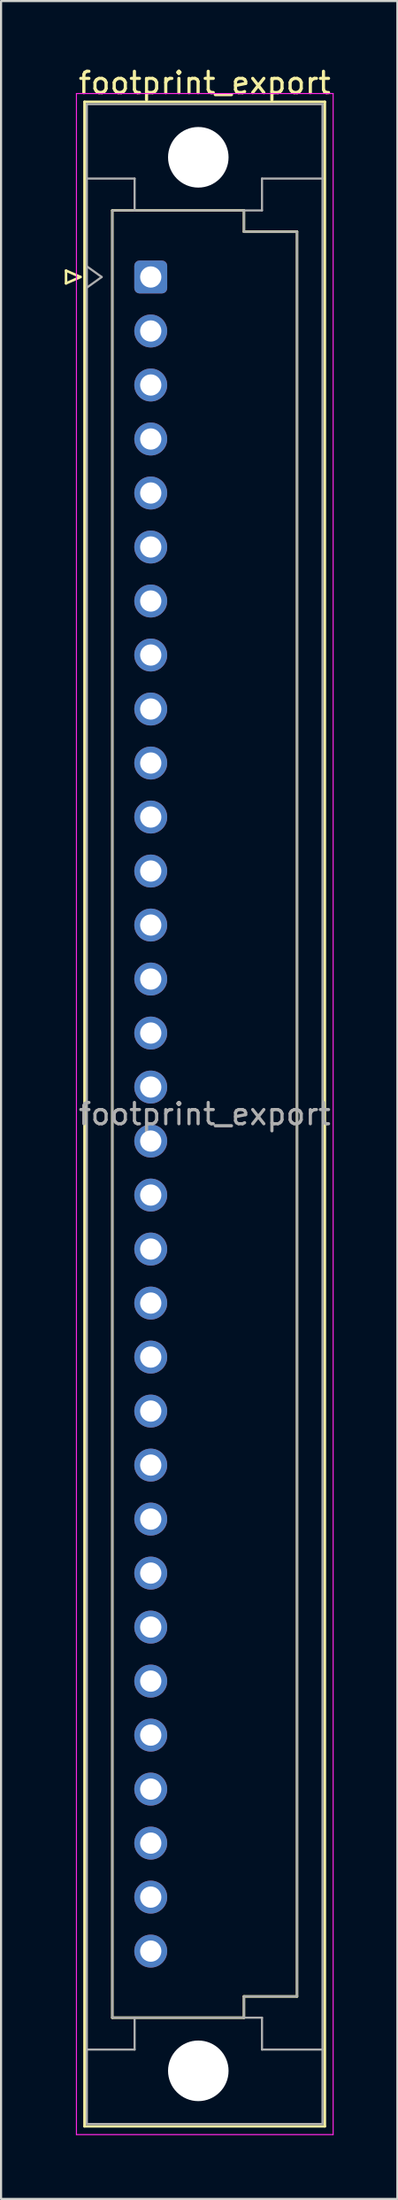
<source format=kicad_pcb>
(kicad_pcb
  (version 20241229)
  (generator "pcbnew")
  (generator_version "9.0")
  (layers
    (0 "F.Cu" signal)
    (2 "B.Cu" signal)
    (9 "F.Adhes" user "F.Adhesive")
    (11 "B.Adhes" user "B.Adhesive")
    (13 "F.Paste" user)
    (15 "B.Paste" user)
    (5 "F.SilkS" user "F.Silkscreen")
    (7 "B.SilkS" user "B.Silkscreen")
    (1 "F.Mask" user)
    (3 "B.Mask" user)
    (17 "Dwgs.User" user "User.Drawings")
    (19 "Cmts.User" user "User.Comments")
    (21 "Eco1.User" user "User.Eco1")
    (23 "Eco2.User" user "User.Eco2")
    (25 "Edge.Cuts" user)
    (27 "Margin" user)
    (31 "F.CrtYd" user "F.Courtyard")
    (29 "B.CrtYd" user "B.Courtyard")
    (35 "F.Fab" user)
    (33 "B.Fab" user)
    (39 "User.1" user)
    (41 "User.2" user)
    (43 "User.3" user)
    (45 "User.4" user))
  (footprint "footprint_export"
    (layer "F.Cu")
    (at 4.05 9.978)
    (property "Reference" "footprint_export" (at 2.54 -9.13 0) (layer "F.SilkS") (effects (font (size 1 1) (thickness 0.15))))
    (attr through_hole)
    (fp_line (start -3.99 -0.3) (end -3.99 0.3) (stroke (width 0.12) (type solid)) (layer "F.SilkS"))
    (fp_line (start -3.99 0.3) (end -3.31 0) (stroke (width 0.12) (type solid)) (layer "F.SilkS"))
    (fp_line (start -3.31 0) (end -3.99 -0.3) (stroke (width 0.12) (type solid)) (layer "F.SilkS"))
    (fp_line (start -3.12 -8.24) (end 8.2 -8.24) (stroke (width 0.12) (type solid)) (layer "F.SilkS"))
    (fp_line (start -3.12 86.98) (end -3.12 -8.24) (stroke (width 0.12) (type solid)) (layer "F.SilkS"))
    (fp_line (start -1.81 -3.131) (end 4.39 -3.131) (stroke (width 0.12) (type solid)) (layer "F.SilkS"))
    (fp_line (start -1.81 81.87) (end -1.81 -3.131) (stroke (width 0.12) (type solid)) (layer "F.SilkS"))
    (fp_line (start 4.39 -3.131) (end 4.39 -2.131) (stroke (width 0.12) (type solid)) (layer "F.SilkS"))
    (fp_line (start 4.39 -2.131) (end 6.89 -2.131) (stroke (width 0.12) (type solid)) (layer "F.SilkS"))
    (fp_line (start 4.39 80.87) (end 4.39 81.87) (stroke (width 0.12) (type solid)) (layer "F.SilkS"))
    (fp_line (start 4.39 81.87) (end -1.81 81.87) (stroke (width 0.12) (type solid)) (layer "F.SilkS"))
    (fp_line (start 6.89 -2.131) (end 6.89 80.87) (stroke (width 0.12) (type solid)) (layer "F.SilkS"))
    (fp_line (start 6.89 80.87) (end 4.39 80.87) (stroke (width 0.12) (type solid)) (layer "F.SilkS"))
    (fp_line (start 8.2 -8.24) (end 8.2 86.98) (stroke (width 0.12) (type solid)) (layer "F.SilkS"))
    (fp_line (start 8.2 86.98) (end -3.12 86.98) (stroke (width 0.12) (type solid)) (layer "F.SilkS"))
    (fp_line (start -3.5 -8.63) (end 8.59 -8.63) (stroke (width 0.05) (type solid)) (layer "F.CrtYd"))
    (fp_line (start -3.5 87.37) (end -3.5 -8.63) (stroke (width 0.05) (type solid)) (layer "F.CrtYd"))
    (fp_line (start 8.59 -8.63) (end 8.59 87.37) (stroke (width 0.05) (type solid)) (layer "F.CrtYd"))
    (fp_line (start 8.59 87.37) (end -3.5 87.37) (stroke (width 0.05) (type solid)) (layer "F.CrtYd"))
    (fp_line (start -3.01 -8.13) (end 8.09 -8.13) (stroke (width 0.1) (type solid)) (layer "F.Fab"))
    (fp_line (start -3.01 -4.63) (end -0.76 -4.63) (stroke (width 0.1) (type solid)) (layer "F.Fab"))
    (fp_line (start -3.01 -0.5) (end -2.31 0) (stroke (width 0.1) (type solid)) (layer "F.Fab"))
    (fp_line (start -3.01 83.37) (end -0.76 83.37) (stroke (width 0.1) (type solid)) (layer "F.Fab"))
    (fp_line (start -3.01 86.87) (end -3.01 -8.13) (stroke (width 0.1) (type solid)) (layer "F.Fab"))
    (fp_line (start -2.31 0) (end -3.01 0.5) (stroke (width 0.1) (type solid)) (layer "F.Fab"))
    (fp_line (start -1.81 -3.13) (end 4.39 -3.13) (stroke (width 0.1) (type solid)) (layer "F.Fab"))
    (fp_line (start -1.81 81.87) (end -1.81 -3.13) (stroke (width 0.1) (type solid)) (layer "F.Fab"))
    (fp_line (start -0.76 -4.63) (end -0.76 -3.13) (stroke (width 0.1) (type solid)) (layer "F.Fab"))
    (fp_line (start -0.76 83.37) (end -0.76 81.87) (stroke (width 0.1) (type solid)) (layer "F.Fab"))
    (fp_line (start 4.39 -3.13) (end 4.39 -2.13) (stroke (width 0.1) (type solid)) (layer "F.Fab"))
    (fp_line (start 4.39 -3.13) (end 5.24 -3.13) (stroke (width 0.1) (type solid)) (layer "F.Fab"))
    (fp_line (start 4.39 -2.13) (end 6.89 -2.13) (stroke (width 0.1) (type solid)) (layer "F.Fab"))
    (fp_line (start 4.39 80.87) (end 4.39 81.87) (stroke (width 0.1) (type solid)) (layer "F.Fab"))
    (fp_line (start 4.39 81.87) (end -1.81 81.87) (stroke (width 0.1) (type solid)) (layer "F.Fab"))
    (fp_line (start 4.39 81.87) (end 5.24 81.87) (stroke (width 0.1) (type solid)) (layer "F.Fab"))
    (fp_line (start 5.24 -4.63) (end 8.09 -4.63) (stroke (width 0.1) (type solid)) (layer "F.Fab"))
    (fp_line (start 5.24 -3.13) (end 5.24 -4.63) (stroke (width 0.1) (type solid)) (layer "F.Fab"))
    (fp_line (start 5.24 81.87) (end 5.24 83.37) (stroke (width 0.1) (type solid)) (layer "F.Fab"))
    (fp_line (start 5.24 83.37) (end 8.09 83.37) (stroke (width 0.1) (type solid)) (layer "F.Fab"))
    (fp_line (start 6.89 -2.13) (end 6.89 80.87) (stroke (width 0.1) (type solid)) (layer "F.Fab"))
    (fp_line (start 6.89 80.87) (end 4.39 80.87) (stroke (width 0.1) (type solid)) (layer "F.Fab"))
    (fp_line (start 8.09 -8.13) (end 8.09 86.87) (stroke (width 0.1) (type solid)) (layer "F.Fab"))
    (fp_line (start 8.09 86.87) (end -3.01 86.87) (stroke (width 0.1) (type solid)) (layer "F.Fab"))
    (fp_text user "${REFERENCE}" (at 2.54 39.37 0) (layer "F.Fab") (effects (font (size 1 1) (thickness 0.15))))
    (pad "" np_thru_hole circle (at 2.24 -5.63) (size 2.85 2.85) (drill 2.85) (layers "*.Cu" "*.Mask"))
    (pad "" np_thru_hole circle (at 2.24 84.37) (size 2.85 2.85) (drill 2.85) (layers "*.Cu" "*.Mask"))
    (pad "a1" thru_hole roundrect (at 0 0) (size 1.55 1.55) (drill 1) (layers "*.Cu" "*.Mask") (roundrect_rratio 0.161))
    (pad "a2" thru_hole circle (at 0 2.54) (size 1.55 1.55) (drill 1) (layers "*.Cu" "*.Mask"))
    (pad "a3" thru_hole circle (at 0 5.08) (size 1.55 1.55) (drill 1) (layers "*.Cu" "*.Mask"))
    (pad "a4" thru_hole circle (at 0 7.62) (size 1.55 1.55) (drill 1) (layers "*.Cu" "*.Mask"))
    (pad "a5" thru_hole circle (at 0 10.16) (size 1.55 1.55) (drill 1) (layers "*.Cu" "*.Mask"))
    (pad "a6" thru_hole circle (at 0 12.7) (size 1.55 1.55) (drill 1) (layers "*.Cu" "*.Mask"))
    (pad "a7" thru_hole circle (at 0 15.24) (size 1.55 1.55) (drill 1) (layers "*.Cu" "*.Mask"))
    (pad "a8" thru_hole circle (at 0 17.78) (size 1.55 1.55) (drill 1) (layers "*.Cu" "*.Mask"))
    (pad "a9" thru_hole circle (at 0 20.32) (size 1.55 1.55) (drill 1) (layers "*.Cu" "*.Mask"))
    (pad "a10" thru_hole circle (at 0 22.86) (size 1.55 1.55) (drill 1) (layers "*.Cu" "*.Mask"))
    (pad "a11" thru_hole circle (at 0 25.4) (size 1.55 1.55) (drill 1) (layers "*.Cu" "*.Mask"))
    (pad "a12" thru_hole circle (at 0 27.94) (size 1.55 1.55) (drill 1) (layers "*.Cu" "*.Mask"))
    (pad "a13" thru_hole circle (at 0 30.48) (size 1.55 1.55) (drill 1) (layers "*.Cu" "*.Mask"))
    (pad "a14" thru_hole circle (at 0 33.02) (size 1.55 1.55) (drill 1) (layers "*.Cu" "*.Mask"))
    (pad "a15" thru_hole circle (at 0 35.56) (size 1.55 1.55) (drill 1) (layers "*.Cu" "*.Mask"))
    (pad "a16" thru_hole circle (at 0 38.1) (size 1.55 1.55) (drill 1) (layers "*.Cu" "*.Mask"))
    (pad "a17" thru_hole circle (at 0 40.64) (size 1.55 1.55) (drill 1) (layers "*.Cu" "*.Mask"))
    (pad "a18" thru_hole circle (at 0 43.18) (size 1.55 1.55) (drill 1) (layers "*.Cu" "*.Mask"))
    (pad "a19" thru_hole circle (at 0 45.72) (size 1.55 1.55) (drill 1) (layers "*.Cu" "*.Mask"))
    (pad "a20" thru_hole circle (at 0 48.26) (size 1.55 1.55) (drill 1) (layers "*.Cu" "*.Mask"))
    (pad "a21" thru_hole circle (at 0 50.8) (size 1.55 1.55) (drill 1) (layers "*.Cu" "*.Mask"))
    (pad "a22" thru_hole circle (at 0 53.34) (size 1.55 1.55) (drill 1) (layers "*.Cu" "*.Mask"))
    (pad "a23" thru_hole circle (at 0 55.88) (size 1.55 1.55) (drill 1) (layers "*.Cu" "*.Mask"))
    (pad "a24" thru_hole circle (at 0 58.42) (size 1.55 1.55) (drill 1) (layers "*.Cu" "*.Mask"))
    (pad "a25" thru_hole circle (at 0 60.96) (size 1.55 1.55) (drill 1) (layers "*.Cu" "*.Mask"))
    (pad "a26" thru_hole circle (at 0 63.5) (size 1.55 1.55) (drill 1) (layers "*.Cu" "*.Mask"))
    (pad "a27" thru_hole circle (at 0 66.04) (size 1.55 1.55) (drill 1) (layers "*.Cu" "*.Mask"))
    (pad "a28" thru_hole circle (at 0 68.58) (size 1.55 1.55) (drill 1) (layers "*.Cu" "*.Mask"))
    (pad "a29" thru_hole circle (at 0 71.12) (size 1.55 1.55) (drill 1) (layers "*.Cu" "*.Mask"))
    (pad "a30" thru_hole circle (at 0 73.66) (size 1.55 1.55) (drill 1) (layers "*.Cu" "*.Mask"))
    (pad "a31" thru_hole circle (at 0 76.2) (size 1.55 1.55) (drill 1) (layers "*.Cu" "*.Mask"))
    (pad "a32" thru_hole circle (at 0 78.74) (size 1.55 1.55) (drill 1) (layers "*.Cu" "*.Mask")))
  (gr_rect
    (start -3 -3)
    (end 15.665 100.373)
    (stroke (width 0.1) (type default))
    (fill no)
    (layer "Edge.Cuts")))
</source>
